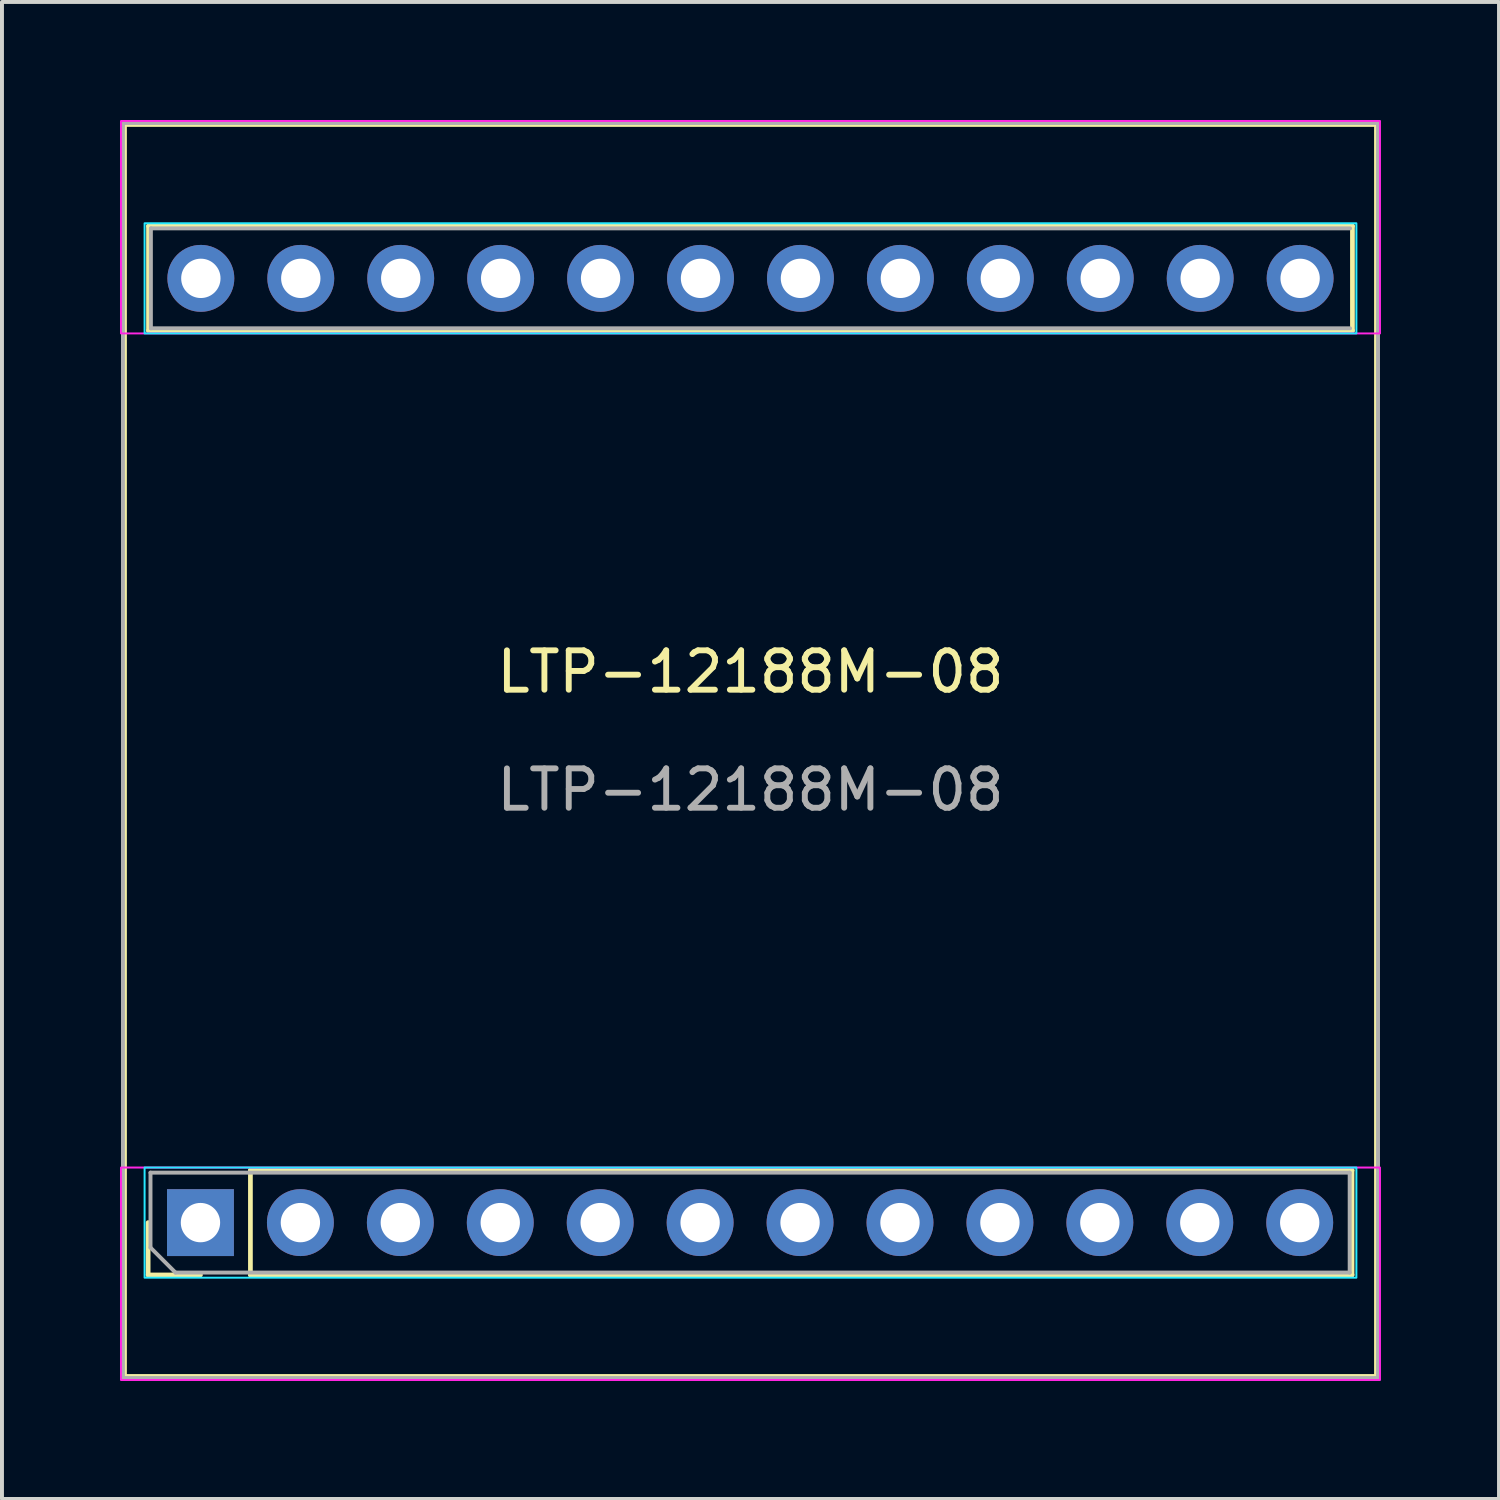
<source format=kicad_pcb>
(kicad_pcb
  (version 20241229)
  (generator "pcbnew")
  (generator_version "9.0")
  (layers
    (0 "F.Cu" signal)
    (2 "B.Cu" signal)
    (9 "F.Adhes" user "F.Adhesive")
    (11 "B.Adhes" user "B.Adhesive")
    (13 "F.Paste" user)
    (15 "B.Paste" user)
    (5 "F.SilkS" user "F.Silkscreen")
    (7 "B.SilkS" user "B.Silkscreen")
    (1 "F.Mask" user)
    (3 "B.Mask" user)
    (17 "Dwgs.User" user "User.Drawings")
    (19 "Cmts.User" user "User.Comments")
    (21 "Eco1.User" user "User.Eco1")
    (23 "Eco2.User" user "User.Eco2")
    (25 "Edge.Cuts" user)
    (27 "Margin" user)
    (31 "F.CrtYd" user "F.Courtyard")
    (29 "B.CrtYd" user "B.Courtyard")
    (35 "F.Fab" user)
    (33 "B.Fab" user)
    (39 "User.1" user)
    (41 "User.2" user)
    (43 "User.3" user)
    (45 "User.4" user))
  (footprint "LTP-12188M-08"
    (layer "F.Cu")
    (at 16.025 16.025)
    (property "Reference" "LTP-12188M-08" (at 0 -2 0) (unlocked yes) (layer "F.SilkS") (effects (font (size 1 1) (thickness 0.15))))
    (attr smd)
    (fp_line (start -15.31 13.33) (end -15.31 12) (stroke (width 0.12) (type solid)) (layer "F.SilkS"))
    (fp_line (start -15.3 -13.33) (end 15.3 -13.33) (stroke (width 0.12) (type solid)) (layer "F.SilkS"))
    (fp_line (start -15.3 -10.67) (end -15.3 -13.33) (stroke (width 0.12) (type solid)) (layer "F.SilkS"))
    (fp_line (start -15.3 -10.67) (end 15.3 -10.67) (stroke (width 0.12) (type solid)) (layer "F.SilkS"))
    (fp_line (start -13.98 13.33) (end -15.31 13.33) (stroke (width 0.12) (type solid)) (layer "F.SilkS"))
    (fp_line (start -12.71 10.67) (end 15.29 10.67) (stroke (width 0.12) (type solid)) (layer "F.SilkS"))
    (fp_line (start -12.71 13.33) (end -12.71 10.67) (stroke (width 0.12) (type solid)) (layer "F.SilkS"))
    (fp_line (start -12.71 13.33) (end 15.29 13.33) (stroke (width 0.12) (type solid)) (layer "F.SilkS"))
    (fp_line (start 15.29 13.33) (end 15.29 10.67) (stroke (width 0.12) (type solid)) (layer "F.SilkS"))
    (fp_line (start 15.3 -10.67) (end 15.3 -13.33) (stroke (width 0.12) (type solid)) (layer "F.SilkS"))
    (fp_rect (start -15.9 -15.9) (end 15.9 15.9) (stroke (width 0.1) (type default)) (fill no) (layer "F.SilkS"))
    (fp_rect (start -15.4 -13.4) (end 15.4 -10.6) (stroke (width 0.05) (type default)) (fill no) (layer "B.CrtYd"))
    (fp_rect (start -15.4 10.6) (end 15.4 13.4) (stroke (width 0.05) (type default)) (fill no) (layer "B.CrtYd"))
    (fp_rect (start -16 -16) (end 16 -10.6) (stroke (width 0.05) (type solid)) (fill no) (layer "F.CrtYd"))
    (fp_rect (start -16 10.6) (end 16 16) (stroke (width 0.05) (type solid)) (fill no) (layer "F.CrtYd"))
    (fp_line (start -15.25 10.73) (end 15.23 10.73) (stroke (width 0.1) (type solid)) (layer "F.Fab"))
    (fp_line (start -15.25 12.635) (end -15.25 10.73) (stroke (width 0.1) (type solid)) (layer "F.Fab"))
    (fp_line (start -15.24 -13.27) (end -15.24 -10.73) (stroke (width 0.1) (type solid)) (layer "F.Fab"))
    (fp_line (start -15.24 -13.27) (end 15.24 -13.27) (stroke (width 0.1) (type solid)) (layer "F.Fab"))
    (fp_line (start -14.615 13.27) (end -15.25 12.635) (stroke (width 0.1) (type solid)) (layer "F.Fab"))
    (fp_line (start 15.23 10.73) (end 15.23 13.27) (stroke (width 0.1) (type solid)) (layer "F.Fab"))
    (fp_line (start 15.23 13.27) (end -14.615 13.27) (stroke (width 0.1) (type solid)) (layer "F.Fab"))
    (fp_line (start 15.24 -10.73) (end -15.24 -10.73) (stroke (width 0.1) (type solid)) (layer "F.Fab"))
    (fp_rect (start -15.95 -15.95) (end 15.95 15.95) (stroke (width 0.1) (type solid)) (fill no) (layer "F.Fab"))
    (fp_text user "${REFERENCE}" (at 0 1 0) (unlocked yes) (layer "F.Fab") (effects (font (size 1 1) (thickness 0.15))))
    (pad "1" thru_hole rect (at -13.98 12 90) (size 1.7 1.7) (drill 1) (layers "*.Cu" "*.Mask"))
    (pad "2" thru_hole oval (at -11.44 12 90) (size 1.7 1.7) (drill 1) (layers "*.Cu" "*.Mask"))
    (pad "3" thru_hole oval (at -8.9 12 90) (size 1.7 1.7) (drill 1) (layers "*.Cu" "*.Mask"))
    (pad "4" thru_hole oval (at -6.36 12 90) (size 1.7 1.7) (drill 1) (layers "*.Cu" "*.Mask"))
    (pad "5" thru_hole oval (at -3.82 12 90) (size 1.7 1.7) (drill 1) (layers "*.Cu" "*.Mask"))
    (pad "6" thru_hole oval (at -1.28 12 90) (size 1.7 1.7) (drill 1) (layers "*.Cu" "*.Mask"))
    (pad "7" thru_hole oval (at 1.26 12 90) (size 1.7 1.7) (drill 1) (layers "*.Cu" "*.Mask"))
    (pad "8" thru_hole oval (at 3.8 12 90) (size 1.7 1.7) (drill 1) (layers "*.Cu" "*.Mask"))
    (pad "9" thru_hole oval (at 6.34 12 90) (size 1.7 1.7) (drill 1) (layers "*.Cu" "*.Mask"))
    (pad "10" thru_hole oval (at 8.88 12 90) (size 1.7 1.7) (drill 1) (layers "*.Cu" "*.Mask"))
    (pad "11" thru_hole oval (at 11.42 12 90) (size 1.7 1.7) (drill 1) (layers "*.Cu" "*.Mask"))
    (pad "12" thru_hole oval (at 13.96 12 90) (size 1.7 1.7) (drill 1) (layers "*.Cu" "*.Mask"))
    (pad "13" thru_hole oval (at 13.97 -12 90) (size 1.7 1.7) (drill 1) (layers "*.Cu" "*.Mask"))
    (pad "14" thru_hole oval (at 11.43 -12 90) (size 1.7 1.7) (drill 1) (layers "*.Cu" "*.Mask"))
    (pad "15" thru_hole oval (at 8.89 -12 90) (size 1.7 1.7) (drill 1) (layers "*.Cu" "*.Mask"))
    (pad "16" thru_hole oval (at 6.35 -12 90) (size 1.7 1.7) (drill 1) (layers "*.Cu" "*.Mask"))
    (pad "17" thru_hole oval (at 3.81 -12 90) (size 1.7 1.7) (drill 1) (layers "*.Cu" "*.Mask"))
    (pad "18" thru_hole oval (at 1.27 -12 90) (size 1.7 1.7) (drill 1) (layers "*.Cu" "*.Mask"))
    (pad "19" thru_hole oval (at -1.27 -12 90) (size 1.7 1.7) (drill 1) (layers "*.Cu" "*.Mask"))
    (pad "20" thru_hole oval (at -3.81 -12 90) (size 1.7 1.7) (drill 1) (layers "*.Cu" "*.Mask"))
    (pad "21" thru_hole oval (at -6.35 -12 90) (size 1.7 1.7) (drill 1) (layers "*.Cu" "*.Mask"))
    (pad "22" thru_hole oval (at -8.89 -12 90) (size 1.7 1.7) (drill 1) (layers "*.Cu" "*.Mask"))
    (pad "23" thru_hole oval (at -11.43 -12 90) (size 1.7 1.7) (drill 1) (layers "*.Cu" "*.Mask"))
    (pad "24" thru_hole oval (at -13.97 -12 90) (size 1.7 1.7) (drill 1) (layers "*.Cu" "*.Mask")))
  (gr_rect
    (start -3 -3)
    (end 35.05 35.05)
    (stroke (width 0.1) (type default))
    (fill no)
    (layer "Edge.Cuts")))
</source>
